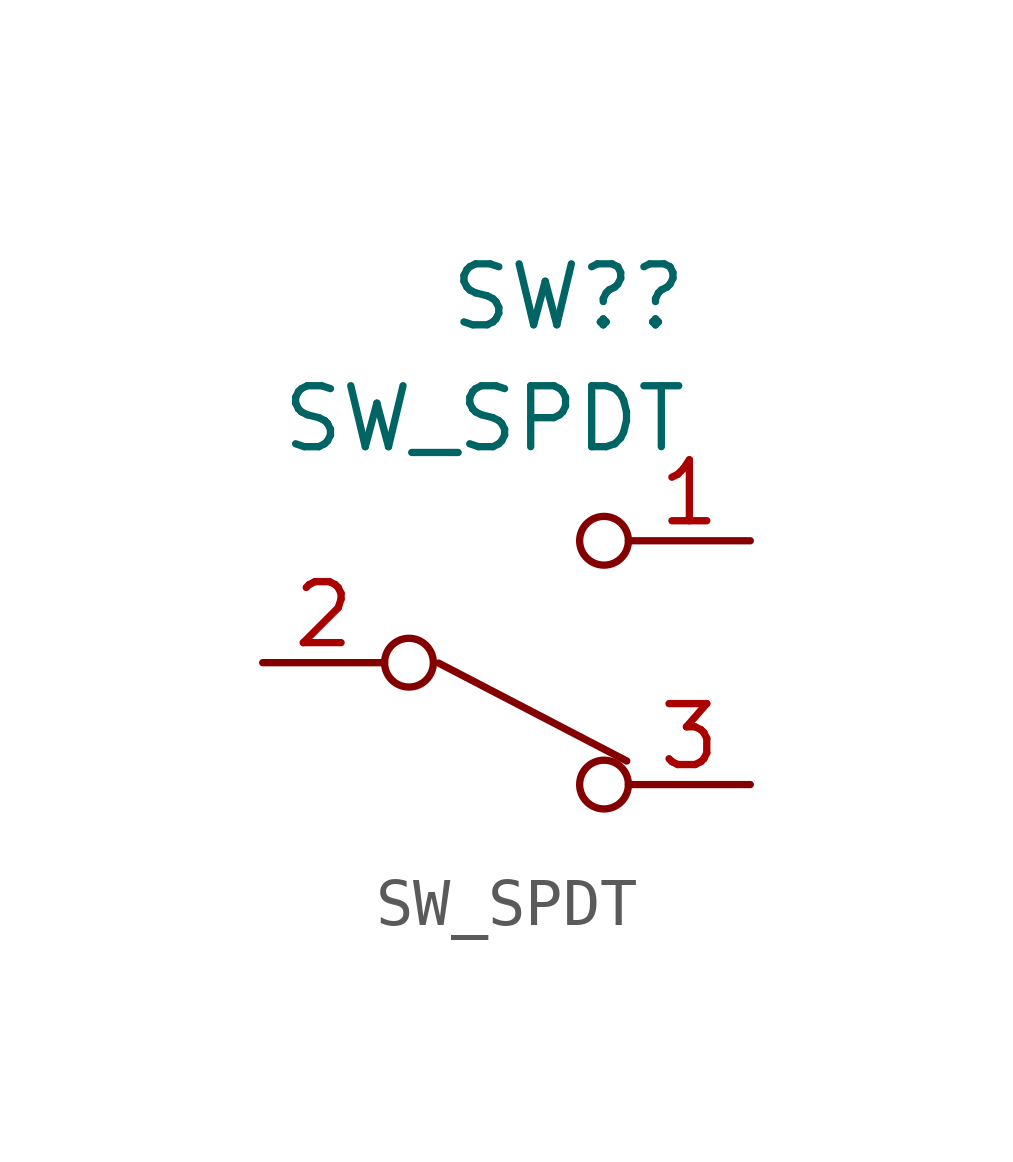
<source format=kicad_sym>
(kicad_symbol_lib
  (version 20211014)
  (generator kicad_symbol_editor)
  (symbol "SW_SPDT"
    (pin_names
      (offset 0) hide)
    (property "Reference" "SW?"
      (at 3.81 7.62 0)
      (effects (font (size 1.27 1.27)) (justify right)))
    (property "Value" "SW_SPDT"
      (at 3.81 5.08 0)
      (effects (font (size 1.27 1.27)) (justify right)))
    (symbol "SW_SPDT_0_0"
      (circle (center -2.032 0) (radius 0.508) (stroke (width 0) (type default) (color 0 0 0 0)) (fill (type none)))
      (circle (center 2.032 -2.54) (radius 0.508) (stroke (width 0) (type default) (color 0 0 0 0)) (fill (type none))))
    (symbol "SW_SPDT_0_1"
      (polyline (pts (xy -1.414 -0.009) (xy 2.506 -2.049)) (stroke (width 0) (type default) (color 0 0 0 0)) (fill (type none)))
      (circle (center 2.032 2.54) (radius 0.508) (stroke (width 0) (type default) (color 0 0 0 0)) (fill (type none))))
    (symbol "SW_SPDT_1_1"
      (pin passive line (at 5.08 2.54 180) (length 2.54) (name "A" (effects (font (size 1.27 1.27)))) (number "1" (effects (font (size 1.27 1.27)))))
      (pin passive line (at -5.08 0 0) (length 2.54) (name "B" (effects (font (size 1.27 1.27)))) (number "2" (effects (font (size 1.27 1.27)))))
      (pin passive line (at 5.08 -2.54 180) (length 2.54) (name "C" (effects (font (size 1.27 1.27)))) (number "3" (effects (font (size 1.27 1.27))))))))
</source>
